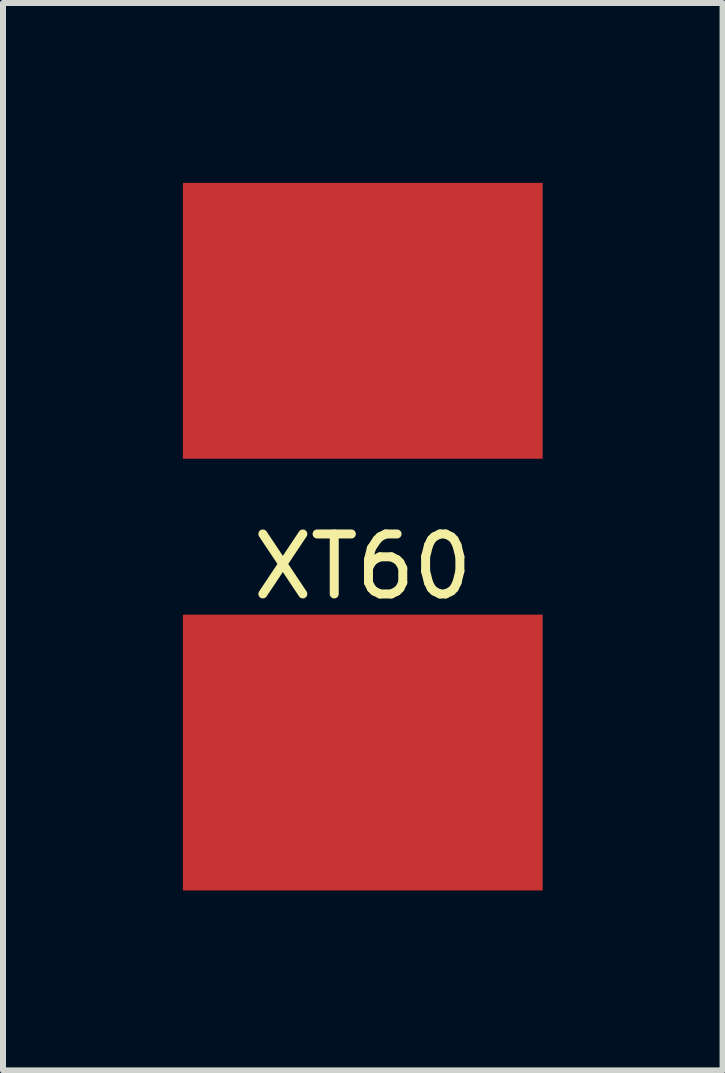
<source format=kicad_pcb>
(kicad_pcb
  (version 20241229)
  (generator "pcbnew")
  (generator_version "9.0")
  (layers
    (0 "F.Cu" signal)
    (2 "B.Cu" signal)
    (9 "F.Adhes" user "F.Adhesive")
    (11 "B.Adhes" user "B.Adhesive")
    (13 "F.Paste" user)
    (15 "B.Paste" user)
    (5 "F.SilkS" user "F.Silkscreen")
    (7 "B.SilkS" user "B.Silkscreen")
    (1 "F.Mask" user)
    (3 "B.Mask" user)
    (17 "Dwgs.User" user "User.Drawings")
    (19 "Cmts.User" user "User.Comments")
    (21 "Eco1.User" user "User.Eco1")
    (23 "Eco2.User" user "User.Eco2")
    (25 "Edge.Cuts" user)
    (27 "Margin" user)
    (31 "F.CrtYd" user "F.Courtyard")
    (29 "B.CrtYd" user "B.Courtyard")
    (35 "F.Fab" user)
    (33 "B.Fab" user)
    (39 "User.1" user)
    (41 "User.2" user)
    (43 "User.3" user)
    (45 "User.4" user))
  (footprint "XT60"
    (layer "F.Cu")
    (at 3 5.9)
    (property "Reference" "XT60" (at 0 0.5 0) (layer "F.SilkS") (effects (font (size 1 1) (thickness 0.15))))
    (attr through_hole)
    (pad "1" smd rect (at 0 -3.6) (size 6 4.6) (layers "F.Cu" "F.Mask" "F.Paste"))
    (pad "2" smd rect (at 0 3.6) (size 6 4.6) (layers "F.Cu" "F.Mask" "F.Paste")))
  (gr_rect
    (start -3 -3)
    (end 9 14.8)
    (stroke (width 0.1) (type default))
    (fill no)
    (layer "Edge.Cuts")))
</source>
